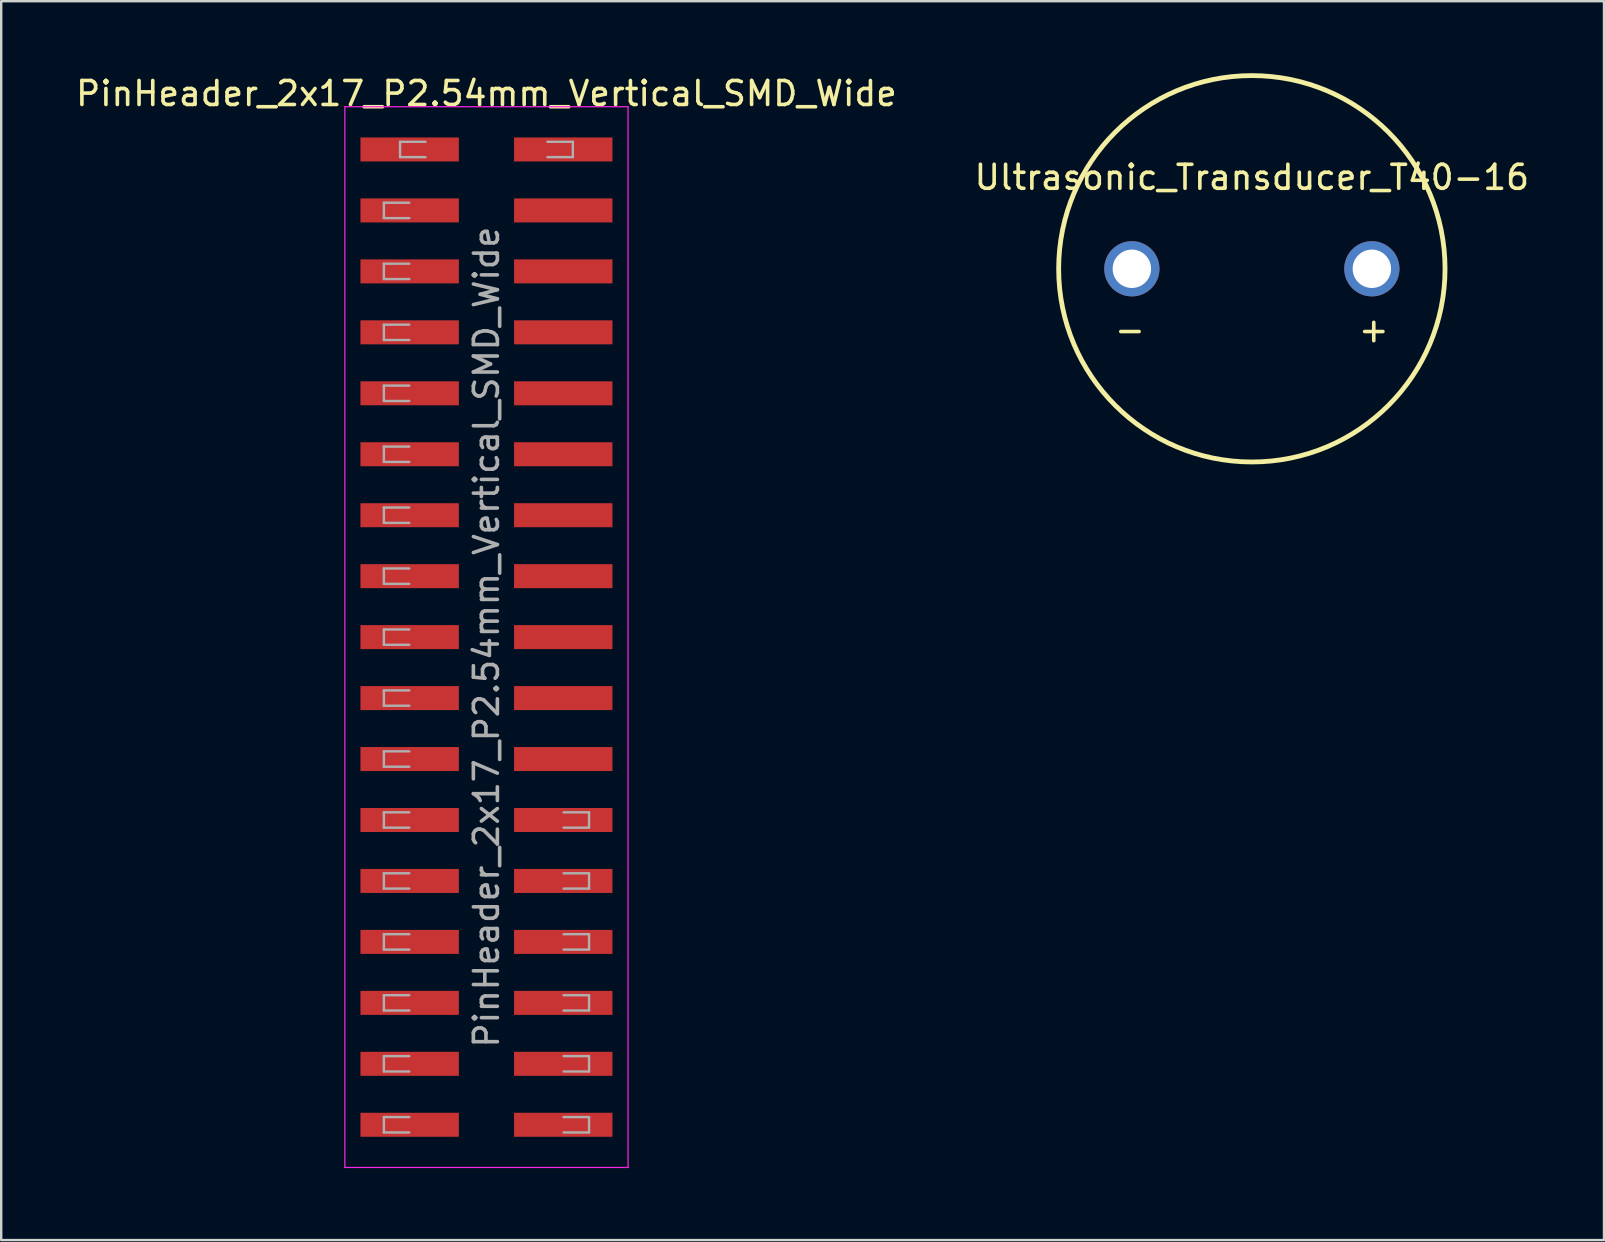
<source format=kicad_pcb>
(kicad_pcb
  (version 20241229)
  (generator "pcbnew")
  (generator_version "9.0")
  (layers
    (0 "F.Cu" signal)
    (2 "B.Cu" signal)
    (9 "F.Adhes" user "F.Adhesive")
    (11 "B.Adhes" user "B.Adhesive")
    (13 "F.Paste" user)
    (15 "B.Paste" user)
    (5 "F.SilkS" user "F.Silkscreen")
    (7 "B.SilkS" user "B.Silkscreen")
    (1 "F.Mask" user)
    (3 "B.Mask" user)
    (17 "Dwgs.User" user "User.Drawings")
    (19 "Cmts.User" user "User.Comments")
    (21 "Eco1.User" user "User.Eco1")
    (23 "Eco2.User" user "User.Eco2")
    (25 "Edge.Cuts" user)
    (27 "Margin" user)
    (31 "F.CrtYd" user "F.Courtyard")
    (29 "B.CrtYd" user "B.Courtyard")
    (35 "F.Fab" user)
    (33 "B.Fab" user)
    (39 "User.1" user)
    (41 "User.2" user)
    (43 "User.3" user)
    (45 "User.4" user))
  (footprint "Ultrasonic_Transducer_T40-16"
    (layer "F.Cu")
    (at 49.113 8.15)
    (property "Reference" "Ultrasonic_Transducer_T40-16" (at 0 -3.81 0) (layer "F.SilkS") (effects (font (size 1 1) (thickness 0.15))))
    (attr through_hole)
    (fp_circle (center 0 0) (end 8.05 0) (stroke (width 0.2) (type solid)) (fill no) (layer "F.SilkS"))
    (fp_text user "-" (at -5.08 2.54 0) (layer "F.SilkS") (effects (font (size 1 1) (thickness 0.15))))
    (fp_text user "+" (at 5.08 2.54 0) (layer "F.SilkS") (effects (font (size 1 1) (thickness 0.15))))
    (pad "1" thru_hole circle (at 5 0 90) (size 2.3 2.3) (drill 1.6) (layers "*.Cu" "*.Mask"))
    (pad "2" thru_hole circle (at -5 0) (size 2.3 2.3) (drill 1.6) (layers "*.Cu" "*.Mask")))
  (footprint "PinHeader_2x17_P2.54mm_Vertical_SMD_Wide"
    (layer "F.Cu")
    (at 17.22 23.498)
    (property "Reference" "PinHeader_2x17_P2.54mm_Vertical_SMD_Wide" (at 0 -22.65 0) (layer "F.SilkS") (effects (font (size 1 1) (thickness 0.15))))
    (attr smd)
    (fp_line (start -5.9 -22.1) (end -5.9 22.1) (stroke (width 0.05) (type solid)) (layer "F.CrtYd"))
    (fp_line (start -5.9 22.1) (end 5.9 22.1) (stroke (width 0.05) (type solid)) (layer "F.CrtYd"))
    (fp_line (start 5.9 -22.1) (end -5.9 -22.1) (stroke (width 0.05) (type solid)) (layer "F.CrtYd"))
    (fp_line (start 5.9 22.1) (end 5.9 -22.1) (stroke (width 0.05) (type solid)) (layer "F.CrtYd"))
    (fp_line (start -4.275 -18.1) (end -4.275 -17.46) (stroke (width 0.1) (type solid)) (layer "F.Fab"))
    (fp_line (start -4.275 -17.46) (end -3.215 -17.46) (stroke (width 0.1) (type solid)) (layer "F.Fab"))
    (fp_line (start -4.275 -15.56) (end -4.275 -14.92) (stroke (width 0.1) (type solid)) (layer "F.Fab"))
    (fp_line (start -4.275 -14.92) (end -3.215 -14.92) (stroke (width 0.1) (type solid)) (layer "F.Fab"))
    (fp_line (start -4.275 -13.02) (end -4.275 -12.38) (stroke (width 0.1) (type solid)) (layer "F.Fab"))
    (fp_line (start -4.275 -12.38) (end -3.215 -12.38) (stroke (width 0.1) (type solid)) (layer "F.Fab"))
    (fp_line (start -4.275 -10.48) (end -4.275 -9.84) (stroke (width 0.1) (type solid)) (layer "F.Fab"))
    (fp_line (start -4.275 -9.84) (end -3.215 -9.84) (stroke (width 0.1) (type solid)) (layer "F.Fab"))
    (fp_line (start -4.275 -7.94) (end -4.275 -7.3) (stroke (width 0.1) (type solid)) (layer "F.Fab"))
    (fp_line (start -4.275 -7.3) (end -3.215 -7.3) (stroke (width 0.1) (type solid)) (layer "F.Fab"))
    (fp_line (start -4.275 -5.4) (end -4.275 -4.76) (stroke (width 0.1) (type solid)) (layer "F.Fab"))
    (fp_line (start -4.275 -4.76) (end -3.215 -4.76) (stroke (width 0.1) (type solid)) (layer "F.Fab"))
    (fp_line (start -4.275 -2.86) (end -4.275 -2.22) (stroke (width 0.1) (type solid)) (layer "F.Fab"))
    (fp_line (start -4.275 -2.22) (end -3.215 -2.22) (stroke (width 0.1) (type solid)) (layer "F.Fab"))
    (fp_line (start -4.275 -0.32) (end -4.275 0.32) (stroke (width 0.1) (type solid)) (layer "F.Fab"))
    (fp_line (start -4.275 0.32) (end -3.215 0.32) (stroke (width 0.1) (type solid)) (layer "F.Fab"))
    (fp_line (start -4.275 2.22) (end -4.275 2.86) (stroke (width 0.1) (type solid)) (layer "F.Fab"))
    (fp_line (start -4.275 2.86) (end -3.215 2.86) (stroke (width 0.1) (type solid)) (layer "F.Fab"))
    (fp_line (start -4.275 4.76) (end -4.275 5.4) (stroke (width 0.1) (type solid)) (layer "F.Fab"))
    (fp_line (start -4.275 5.4) (end -3.215 5.4) (stroke (width 0.1) (type solid)) (layer "F.Fab"))
    (fp_line (start -4.275 7.3) (end -4.275 7.94) (stroke (width 0.1) (type solid)) (layer "F.Fab"))
    (fp_line (start -4.275 7.94) (end -3.215 7.94) (stroke (width 0.1) (type solid)) (layer "F.Fab"))
    (fp_line (start -4.275 9.84) (end -4.275 10.48) (stroke (width 0.1) (type solid)) (layer "F.Fab"))
    (fp_line (start -4.275 10.48) (end -3.215 10.48) (stroke (width 0.1) (type solid)) (layer "F.Fab"))
    (fp_line (start -4.275 12.38) (end -4.275 13.02) (stroke (width 0.1) (type solid)) (layer "F.Fab"))
    (fp_line (start -4.275 13.02) (end -3.215 13.02) (stroke (width 0.1) (type solid)) (layer "F.Fab"))
    (fp_line (start -4.275 14.92) (end -4.275 15.56) (stroke (width 0.1) (type solid)) (layer "F.Fab"))
    (fp_line (start -4.275 15.56) (end -3.215 15.56) (stroke (width 0.1) (type solid)) (layer "F.Fab"))
    (fp_line (start -4.275 17.46) (end -4.275 18.1) (stroke (width 0.1) (type solid)) (layer "F.Fab"))
    (fp_line (start -4.275 18.1) (end -3.215 18.1) (stroke (width 0.1) (type solid)) (layer "F.Fab"))
    (fp_line (start -4.275 20) (end -4.275 20.64) (stroke (width 0.1) (type solid)) (layer "F.Fab"))
    (fp_line (start -4.275 20.64) (end -3.215 20.64) (stroke (width 0.1) (type solid)) (layer "F.Fab"))
    (fp_line (start -3.6 -20.64) (end -3.6 -20) (stroke (width 0.1) (type solid)) (layer "F.Fab"))
    (fp_line (start -3.6 -20) (end -2.54 -20) (stroke (width 0.1) (type solid)) (layer "F.Fab"))
    (fp_line (start -3.215 -18.1) (end -4.275 -18.1) (stroke (width 0.1) (type solid)) (layer "F.Fab"))
    (fp_line (start -3.215 -15.56) (end -4.275 -15.56) (stroke (width 0.1) (type solid)) (layer "F.Fab"))
    (fp_line (start -3.215 -13.02) (end -4.275 -13.02) (stroke (width 0.1) (type solid)) (layer "F.Fab"))
    (fp_line (start -3.215 -10.48) (end -4.275 -10.48) (stroke (width 0.1) (type solid)) (layer "F.Fab"))
    (fp_line (start -3.215 -7.94) (end -4.275 -7.94) (stroke (width 0.1) (type solid)) (layer "F.Fab"))
    (fp_line (start -3.215 -5.4) (end -4.275 -5.4) (stroke (width 0.1) (type solid)) (layer "F.Fab"))
    (fp_line (start -3.215 -2.86) (end -4.275 -2.86) (stroke (width 0.1) (type solid)) (layer "F.Fab"))
    (fp_line (start -3.215 -0.32) (end -4.275 -0.32) (stroke (width 0.1) (type solid)) (layer "F.Fab"))
    (fp_line (start -3.215 2.22) (end -4.275 2.22) (stroke (width 0.1) (type solid)) (layer "F.Fab"))
    (fp_line (start -3.215 4.76) (end -4.275 4.76) (stroke (width 0.1) (type solid)) (layer "F.Fab"))
    (fp_line (start -3.215 7.3) (end -4.275 7.3) (stroke (width 0.1) (type solid)) (layer "F.Fab"))
    (fp_line (start -3.215 9.84) (end -4.275 9.84) (stroke (width 0.1) (type solid)) (layer "F.Fab"))
    (fp_line (start -3.215 12.38) (end -4.275 12.38) (stroke (width 0.1) (type solid)) (layer "F.Fab"))
    (fp_line (start -3.215 14.92) (end -4.275 14.92) (stroke (width 0.1) (type solid)) (layer "F.Fab"))
    (fp_line (start -3.215 17.46) (end -4.275 17.46) (stroke (width 0.1) (type solid)) (layer "F.Fab"))
    (fp_line (start -3.215 20) (end -4.275 20) (stroke (width 0.1) (type solid)) (layer "F.Fab"))
    (fp_line (start -2.54 -20.64) (end -3.6 -20.64) (stroke (width 0.1) (type solid)) (layer "F.Fab"))
    (fp_line (start 2.54 -20.64) (end 3.6 -20.64) (stroke (width 0.1) (type solid)) (layer "F.Fab"))
    (fp_line (start 3.215 7.3) (end 4.275 7.3) (stroke (width 0.1) (type solid)) (layer "F.Fab"))
    (fp_line (start 3.215 9.84) (end 4.275 9.84) (stroke (width 0.1) (type solid)) (layer "F.Fab"))
    (fp_line (start 3.215 12.38) (end 4.275 12.38) (stroke (width 0.1) (type solid)) (layer "F.Fab"))
    (fp_line (start 3.215 14.92) (end 4.275 14.92) (stroke (width 0.1) (type solid)) (layer "F.Fab"))
    (fp_line (start 3.215 17.46) (end 4.275 17.46) (stroke (width 0.1) (type solid)) (layer "F.Fab"))
    (fp_line (start 3.215 20) (end 4.275 20) (stroke (width 0.1) (type solid)) (layer "F.Fab"))
    (fp_line (start 3.6 -20.64) (end 3.6 -20) (stroke (width 0.1) (type solid)) (layer "F.Fab"))
    (fp_line (start 3.6 -20) (end 2.54 -20) (stroke (width 0.1) (type solid)) (layer "F.Fab"))
    (fp_line (start 4.275 7.3) (end 4.275 7.94) (stroke (width 0.1) (type solid)) (layer "F.Fab"))
    (fp_line (start 4.275 7.94) (end 3.215 7.94) (stroke (width 0.1) (type solid)) (layer "F.Fab"))
    (fp_line (start 4.275 9.84) (end 4.275 10.48) (stroke (width 0.1) (type solid)) (layer "F.Fab"))
    (fp_line (start 4.275 10.48) (end 3.215 10.48) (stroke (width 0.1) (type solid)) (layer "F.Fab"))
    (fp_line (start 4.275 12.38) (end 4.275 13.02) (stroke (width 0.1) (type solid)) (layer "F.Fab"))
    (fp_line (start 4.275 13.02) (end 3.215 13.02) (stroke (width 0.1) (type solid)) (layer "F.Fab"))
    (fp_line (start 4.275 14.92) (end 4.275 15.56) (stroke (width 0.1) (type solid)) (layer "F.Fab"))
    (fp_line (start 4.275 15.56) (end 3.215 15.56) (stroke (width 0.1) (type solid)) (layer "F.Fab"))
    (fp_line (start 4.275 17.46) (end 4.275 18.1) (stroke (width 0.1) (type solid)) (layer "F.Fab"))
    (fp_line (start 4.275 18.1) (end 3.215 18.1) (stroke (width 0.1) (type solid)) (layer "F.Fab"))
    (fp_line (start 4.275 20) (end 4.275 20.64) (stroke (width 0.1) (type solid)) (layer "F.Fab"))
    (fp_line (start 4.275 20.64) (end 3.215 20.64) (stroke (width 0.1) (type solid)) (layer "F.Fab"))
    (fp_text user "${REFERENCE}" (at 0 0 90) (layer "F.Fab") (effects (font (size 1 1) (thickness 0.15))))
    (pad "1" smd rect (at -3.2 -20.32) (size 4.1 1) (layers "F.Cu" "F.Mask" "F.Paste"))
    (pad "2" smd rect (at 3.2 -20.32) (size 4.1 1) (layers "F.Cu" "F.Mask" "F.Paste"))
    (pad "3" smd rect (at -3.2 -17.78) (size 4.1 1) (layers "F.Cu" "F.Mask" "F.Paste"))
    (pad "4" smd rect (at 3.2 -17.78) (size 4.1 1) (layers "F.Cu" "F.Mask" "F.Paste"))
    (pad "5" smd rect (at -3.2 -15.24) (size 4.1 1) (layers "F.Cu" "F.Mask" "F.Paste"))
    (pad "6" smd rect (at 3.2 -15.24) (size 4.1 1) (layers "F.Cu" "F.Mask" "F.Paste"))
    (pad "7" smd rect (at -3.2 -12.7) (size 4.1 1) (layers "F.Cu" "F.Mask" "F.Paste"))
    (pad "8" smd rect (at 3.2 -12.7) (size 4.1 1) (layers "F.Cu" "F.Mask" "F.Paste"))
    (pad "9" smd rect (at -3.2 -10.16) (size 4.1 1) (layers "F.Cu" "F.Mask" "F.Paste"))
    (pad "10" smd rect (at 3.2 -10.16) (size 4.1 1) (layers "F.Cu" "F.Mask" "F.Paste"))
    (pad "11" smd rect (at -3.2 -7.62) (size 4.1 1) (layers "F.Cu" "F.Mask" "F.Paste"))
    (pad "12" smd rect (at 3.2 -7.62) (size 4.1 1) (layers "F.Cu" "F.Mask" "F.Paste"))
    (pad "13" smd rect (at -3.2 -5.08) (size 4.1 1) (layers "F.Cu" "F.Mask" "F.Paste"))
    (pad "14" smd rect (at 3.2 -5.08) (size 4.1 1) (layers "F.Cu" "F.Mask" "F.Paste"))
    (pad "15" smd rect (at -3.2 -2.54) (size 4.1 1) (layers "F.Cu" "F.Mask" "F.Paste"))
    (pad "16" smd rect (at 3.2 -2.54) (size 4.1 1) (layers "F.Cu" "F.Mask" "F.Paste"))
    (pad "17" smd rect (at -3.2 0) (size 4.1 1) (layers "F.Cu" "F.Mask" "F.Paste"))
    (pad "18" smd rect (at 3.2 0) (size 4.1 1) (layers "F.Cu" "F.Mask" "F.Paste"))
    (pad "19" smd rect (at -3.2 2.54) (size 4.1 1) (layers "F.Cu" "F.Mask" "F.Paste"))
    (pad "20" smd rect (at 3.2 2.54) (size 4.1 1) (layers "F.Cu" "F.Mask" "F.Paste"))
    (pad "21" smd rect (at -3.2 5.08) (size 4.1 1) (layers "F.Cu" "F.Mask" "F.Paste"))
    (pad "22" smd rect (at 3.2 5.08) (size 4.1 1) (layers "F.Cu" "F.Mask" "F.Paste"))
    (pad "23" smd rect (at -3.2 7.62) (size 4.1 1) (layers "F.Cu" "F.Mask" "F.Paste"))
    (pad "24" smd rect (at 3.2 7.62) (size 4.1 1) (layers "F.Cu" "F.Mask" "F.Paste"))
    (pad "25" smd rect (at -3.2 10.16) (size 4.1 1) (layers "F.Cu" "F.Mask" "F.Paste"))
    (pad "26" smd rect (at 3.2 10.16) (size 4.1 1) (layers "F.Cu" "F.Mask" "F.Paste"))
    (pad "27" smd rect (at -3.2 12.7) (size 4.1 1) (layers "F.Cu" "F.Mask" "F.Paste"))
    (pad "28" smd rect (at 3.2 12.7) (size 4.1 1) (layers "F.Cu" "F.Mask" "F.Paste"))
    (pad "29" smd rect (at -3.2 15.24) (size 4.1 1) (layers "F.Cu" "F.Mask" "F.Paste"))
    (pad "30" smd rect (at 3.2 15.24) (size 4.1 1) (layers "F.Cu" "F.Mask" "F.Paste"))
    (pad "31" smd rect (at -3.2 17.78) (size 4.1 1) (layers "F.Cu" "F.Mask" "F.Paste"))
    (pad "32" smd rect (at 3.2 17.78) (size 4.1 1) (layers "F.Cu" "F.Mask" "F.Paste"))
    (pad "33" smd rect (at -3.2 20.32) (size 4.1 1) (layers "F.Cu" "F.Mask" "F.Paste"))
    (pad "34" smd rect (at 3.2 20.32) (size 4.1 1) (layers "F.Cu" "F.Mask" "F.Paste")))
  (gr_rect
    (start -3 -3)
    (end 63.786 48.623)
    (stroke (width 0.1) (type default))
    (fill no)
    (layer "Edge.Cuts")))
</source>
